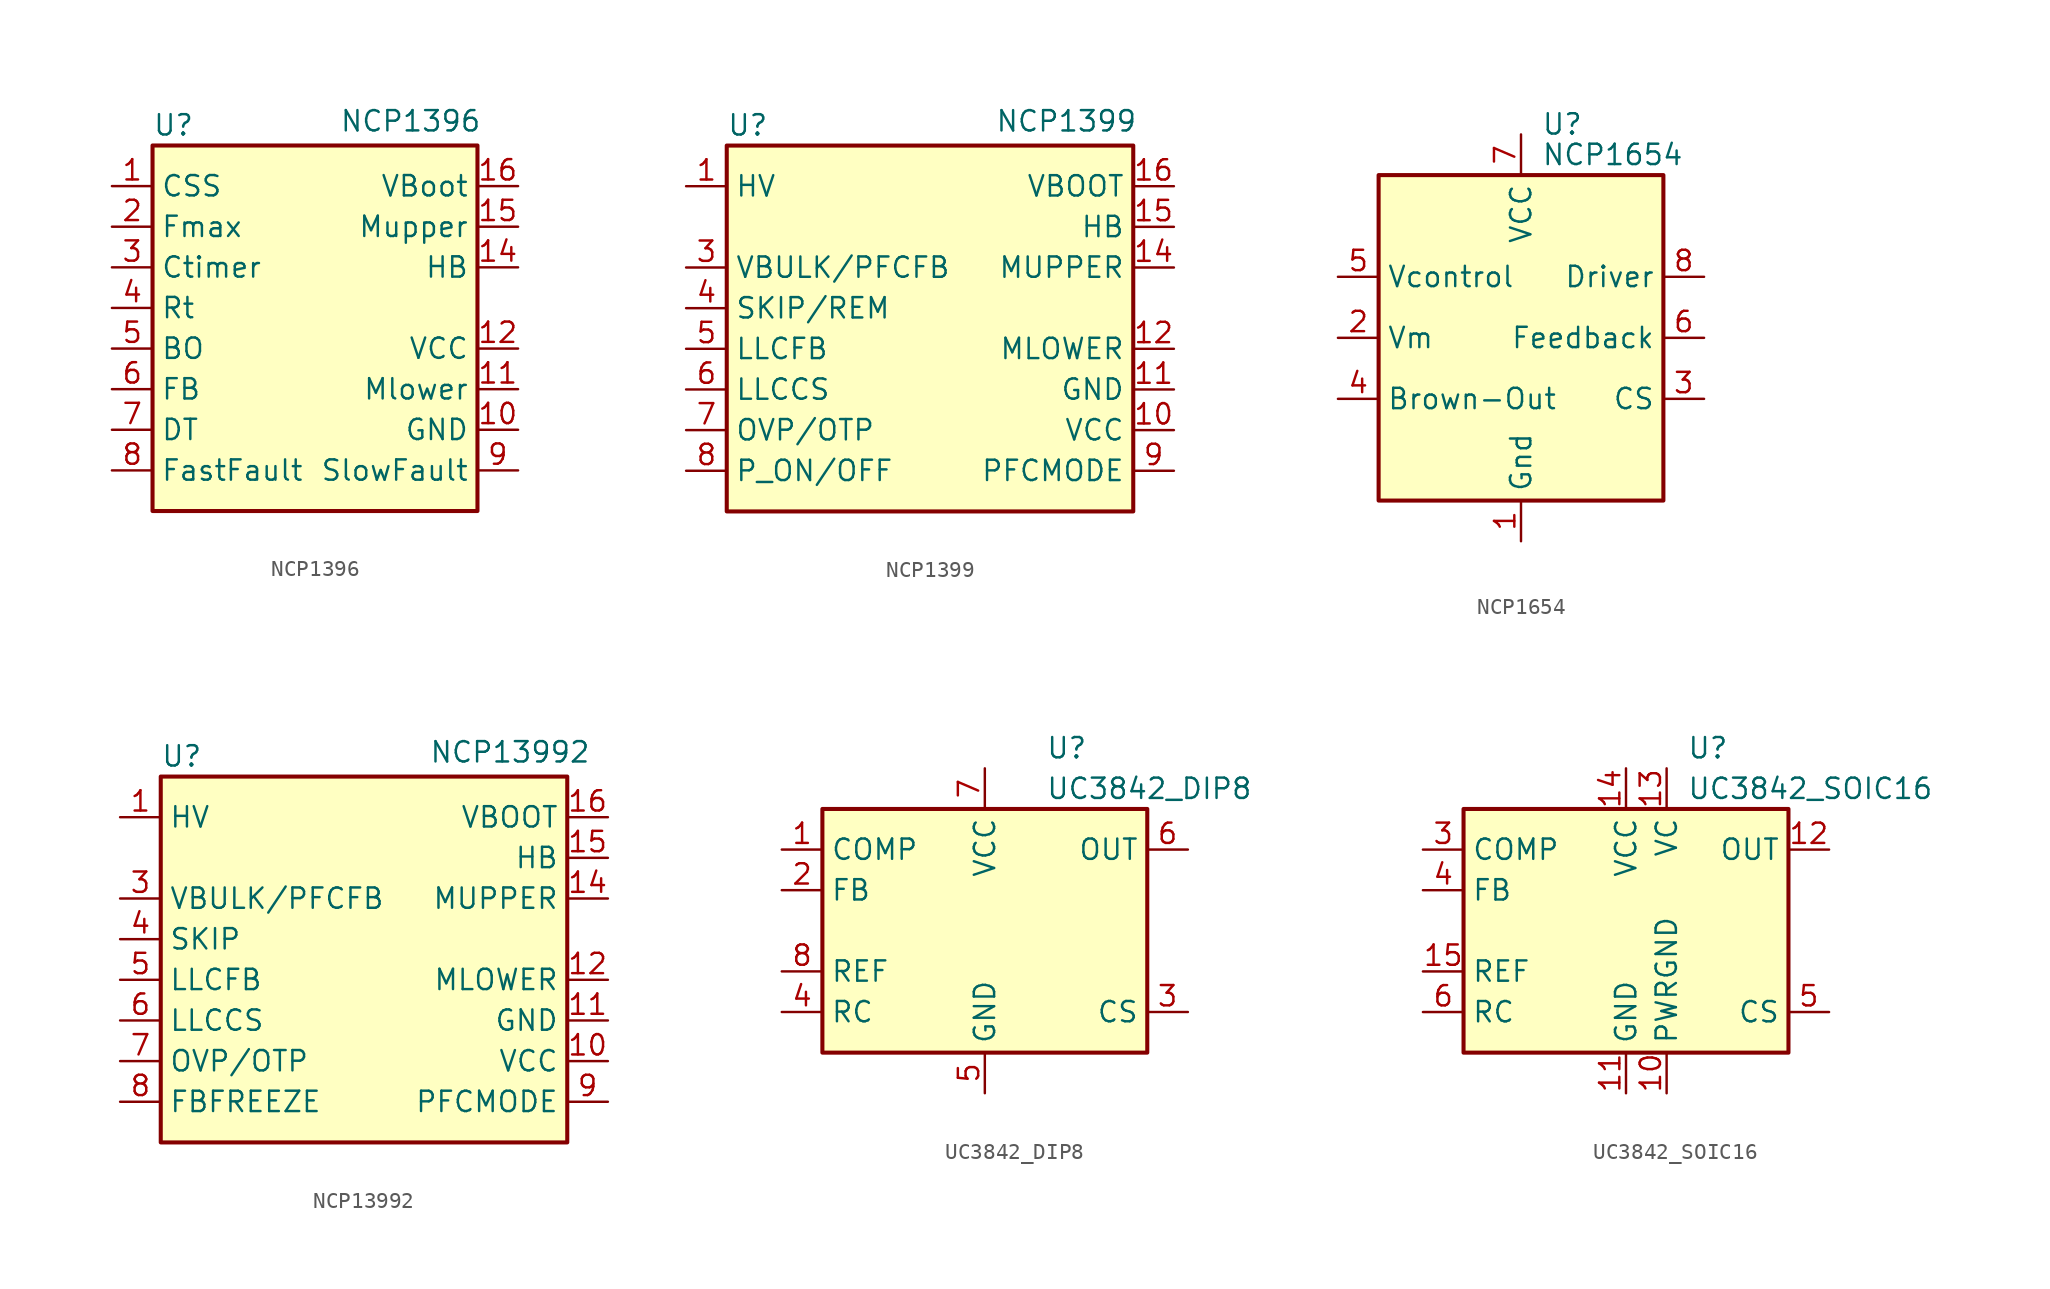
<source format=kicad_sym>
(kicad_symbol_lib
  (version 20231120)
  (generator "kicad_symbol_editor")
  (generator_version "8.0")
  (symbol "NCP1396"
    (property "Reference" "U"
      (at -10.16 12.7 0)
      (effects (font (size 1.27 1.27)) (justify left)))
    (property "Value" "NCP1396"
      (at 1.524 12.954 0)
      (effects (font (size 1.27 1.27)) (justify left)))
    (symbol "NCP1396_0_0"
      (rectangle (start -10.16 11.43) (end 10.16 -11.43) (stroke (width 0.254) (type default)) (fill (type background))))
    (symbol "NCP1396_1_1"
      (pin input line (at -12.7 8.89 0) (length 2.54) (name "CSS" (effects (font (size 1.27 1.27)))) (number "1" (effects (font (size 1.27 1.27)))))
      (pin power_in line (at 12.7 -6.35 180) (length 2.54) (name "GND" (effects (font (size 1.27 1.27)))) (number "10" (effects (font (size 1.27 1.27)))))
      (pin power_in line (at 12.7 -3.81 180) (length 2.54) (name "Mlower" (effects (font (size 1.27 1.27)))) (number "11" (effects (font (size 1.27 1.27)))))
      (pin input line (at 12.7 -1.27 180) (length 2.54) (name "VCC" (effects (font (size 1.27 1.27)))) (number "12" (effects (font (size 1.27 1.27)))))
      (pin output line (at 12.7 3.81 180) (length 2.54) (name "HB" (effects (font (size 1.27 1.27)))) (number "14" (effects (font (size 1.27 1.27)))))
      (pin power_in line (at 12.7 6.35 180) (length 2.54) (name "Mupper" (effects (font (size 1.27 1.27)))) (number "15" (effects (font (size 1.27 1.27)))))
      (pin power_in line (at 12.7 8.89 180) (length 2.54) (name "VBoot" (effects (font (size 1.27 1.27)))) (number "16" (effects (font (size 1.27 1.27)))))
      (pin input line (at -12.7 6.35 0) (length 2.54) (name "Fmax" (effects (font (size 1.27 1.27)))) (number "2" (effects (font (size 1.27 1.27)))))
      (pin input line (at -12.7 3.81 0) (length 2.54) (name "Ctimer" (effects (font (size 1.27 1.27)))) (number "3" (effects (font (size 1.27 1.27)))))
      (pin input line (at -12.7 1.27 0) (length 2.54) (name "Rt" (effects (font (size 1.27 1.27)))) (number "4" (effects (font (size 1.27 1.27)))))
      (pin input line (at -12.7 -1.27 0) (length 2.54) (name "BO" (effects (font (size 1.27 1.27)))) (number "5" (effects (font (size 1.27 1.27)))))
      (pin passive line (at -12.7 -3.81 0) (length 2.54) (name "FB" (effects (font (size 1.27 1.27)))) (number "6" (effects (font (size 1.27 1.27)))))
      (pin input line (at -12.7 -6.35 0) (length 2.54) (name "DT" (effects (font (size 1.27 1.27)))) (number "7" (effects (font (size 1.27 1.27)))))
      (pin input line (at -12.7 -8.89 0) (length 2.54) (name "FastFault" (effects (font (size 1.27 1.27)))) (number "8" (effects (font (size 1.27 1.27)))))
      (pin power_in line (at 12.7 -8.89 180) (length 2.54) (name "SlowFault" (effects (font (size 1.27 1.27)))) (number "9" (effects (font (size 1.27 1.27)))))))
  (symbol "NCP1399"
    (property "Reference" "U"
      (at -12.7 12.7 0)
      (effects (font (size 1.27 1.27)) (justify left)))
    (property "Value" "NCP1399"
      (at 4.064 12.954 0)
      (effects (font (size 1.27 1.27)) (justify left)))
    (symbol "NCP1399_0_0"
      (rectangle (start -12.7 11.43) (end 12.7 -11.43) (stroke (width 0.254) (type default)) (fill (type background))))
    (symbol "NCP1399_1_1"
      (pin input line (at -15.24 8.89 0) (length 2.54) (name "HV" (effects (font (size 1.27 1.27)))) (number "1" (effects (font (size 1.27 1.27)))))
      (pin power_in line (at 15.24 -6.35 180) (length 2.54) (name "VCC" (effects (font (size 1.27 1.27)))) (number "10" (effects (font (size 1.27 1.27)))))
      (pin power_in line (at 15.24 -3.81 180) (length 2.54) (name "GND" (effects (font (size 1.27 1.27)))) (number "11" (effects (font (size 1.27 1.27)))))
      (pin input line (at 15.24 -1.27 180) (length 2.54) (name "MLOWER" (effects (font (size 1.27 1.27)))) (number "12" (effects (font (size 1.27 1.27)))))
      (pin output line (at 15.24 3.81 180) (length 2.54) (name "MUPPER" (effects (font (size 1.27 1.27)))) (number "14" (effects (font (size 1.27 1.27)))))
      (pin power_in line (at 15.24 6.35 180) (length 2.54) (name "HB" (effects (font (size 1.27 1.27)))) (number "15" (effects (font (size 1.27 1.27)))))
      (pin power_in line (at 15.24 8.89 180) (length 2.54) (name "VBOOT" (effects (font (size 1.27 1.27)))) (number "16" (effects (font (size 1.27 1.27)))))
      (pin input line (at -15.24 3.81 0) (length 2.54) (name "VBULK/PFCFB" (effects (font (size 1.27 1.27)))) (number "3" (effects (font (size 1.27 1.27)))))
      (pin input line (at -15.24 1.27 0) (length 2.54) (name "SKIP/REM" (effects (font (size 1.27 1.27)))) (number "4" (effects (font (size 1.27 1.27)))))
      (pin input line (at -15.24 -1.27 0) (length 2.54) (name "LLCFB" (effects (font (size 1.27 1.27)))) (number "5" (effects (font (size 1.27 1.27)))))
      (pin passive line (at -15.24 -3.81 0) (length 2.54) (name "LLCCS" (effects (font (size 1.27 1.27)))) (number "6" (effects (font (size 1.27 1.27)))))
      (pin input line (at -15.24 -6.35 0) (length 2.54) (name "OVP/OTP" (effects (font (size 1.27 1.27)))) (number "7" (effects (font (size 1.27 1.27)))))
      (pin input line (at -15.24 -8.89 0) (length 2.54) (name "P_ON/OFF" (effects (font (size 1.27 1.27)))) (number "8" (effects (font (size 1.27 1.27)))))
      (pin power_in line (at 15.24 -8.89 180) (length 2.54) (name "PFCMODE" (effects (font (size 1.27 1.27)))) (number "9" (effects (font (size 1.27 1.27)))))))
  (symbol "NCP1654"
    (property "Reference" "U"
      (at 1.27 13.335 0)
      (effects (font (size 1.27 1.27)) (justify left)))
    (property "Value" "NCP1654"
      (at 1.27 11.43 0)
      (effects (font (size 1.27 1.27)) (justify left)))
    (symbol "NCP1654_0_1"
      (rectangle (start -8.89 10.16) (end 8.89 -10.16) (stroke (width 0.254) (type default)) (fill (type background))))
    (symbol "NCP1654_1_1"
      (pin power_in line (at 0 -12.7 90) (length 2.54) (name "Gnd" (effects (font (size 1.27 1.27)))) (number "1" (effects (font (size 1.27 1.27)))))
      (pin output line (at -11.43 0 0) (length 2.54) (name "Vm" (effects (font (size 1.27 1.27)))) (number "2" (effects (font (size 1.27 1.27)))))
      (pin passive line (at 11.43 -3.81 180) (length 2.54) (name "CS" (effects (font (size 1.27 1.27)))) (number "3" (effects (font (size 1.27 1.27)))))
      (pin input line (at -11.43 -3.81 0) (length 2.54) (name "Brown-Out" (effects (font (size 1.27 1.27)))) (number "4" (effects (font (size 1.27 1.27)))))
      (pin input line (at -11.43 3.81 0) (length 2.54) (name "Vcontrol" (effects (font (size 1.27 1.27)))) (number "5" (effects (font (size 1.27 1.27)))))
      (pin input line (at 11.43 0 180) (length 2.54) (name "Feedback" (effects (font (size 1.27 1.27)))) (number "6" (effects (font (size 1.27 1.27)))))
      (pin power_in line (at 0 12.7 270) (length 2.54) (name "VCC" (effects (font (size 1.27 1.27)))) (number "7" (effects (font (size 1.27 1.27)))))
      (pin output line (at 11.43 3.81 180) (length 2.54) (name "Driver" (effects (font (size 1.27 1.27)))) (number "8" (effects (font (size 1.27 1.27)))))))
  (symbol "NCP13992"
    (property "Reference" "U"
      (at -12.7 12.7 0)
      (effects (font (size 1.27 1.27)) (justify left)))
    (property "Value" "NCP13992"
      (at 4.064 12.954 0)
      (effects (font (size 1.27 1.27)) (justify left)))
    (symbol "NCP13992_0_0"
      (rectangle (start -12.7 11.43) (end 12.7 -11.43) (stroke (width 0.254) (type default)) (fill (type background))))
    (symbol "NCP13992_1_1"
      (pin input line (at -15.24 8.89 0) (length 2.54) (name "HV" (effects (font (size 1.27 1.27)))) (number "1" (effects (font (size 1.27 1.27)))))
      (pin power_in line (at 15.24 -6.35 180) (length 2.54) (name "VCC" (effects (font (size 1.27 1.27)))) (number "10" (effects (font (size 1.27 1.27)))))
      (pin power_in line (at 15.24 -3.81 180) (length 2.54) (name "GND" (effects (font (size 1.27 1.27)))) (number "11" (effects (font (size 1.27 1.27)))))
      (pin input line (at 15.24 -1.27 180) (length 2.54) (name "MLOWER" (effects (font (size 1.27 1.27)))) (number "12" (effects (font (size 1.27 1.27)))))
      (pin output line (at 15.24 3.81 180) (length 2.54) (name "MUPPER" (effects (font (size 1.27 1.27)))) (number "14" (effects (font (size 1.27 1.27)))))
      (pin power_in line (at 15.24 6.35 180) (length 2.54) (name "HB" (effects (font (size 1.27 1.27)))) (number "15" (effects (font (size 1.27 1.27)))))
      (pin power_in line (at 15.24 8.89 180) (length 2.54) (name "VBOOT" (effects (font (size 1.27 1.27)))) (number "16" (effects (font (size 1.27 1.27)))))
      (pin input line (at -15.24 3.81 0) (length 2.54) (name "VBULK/PFCFB" (effects (font (size 1.27 1.27)))) (number "3" (effects (font (size 1.27 1.27)))))
      (pin input line (at -15.24 1.27 0) (length 2.54) (name "SKIP" (effects (font (size 1.27 1.27)))) (number "4" (effects (font (size 1.27 1.27)))))
      (pin input line (at -15.24 -1.27 0) (length 2.54) (name "LLCFB" (effects (font (size 1.27 1.27)))) (number "5" (effects (font (size 1.27 1.27)))))
      (pin passive line (at -15.24 -3.81 0) (length 2.54) (name "LLCCS" (effects (font (size 1.27 1.27)))) (number "6" (effects (font (size 1.27 1.27)))))
      (pin input line (at -15.24 -6.35 0) (length 2.54) (name "OVP/OTP" (effects (font (size 1.27 1.27)))) (number "7" (effects (font (size 1.27 1.27)))))
      (pin input line (at -15.24 -8.89 0) (length 2.54) (name "FBFREEZE" (effects (font (size 1.27 1.27)))) (number "8" (effects (font (size 1.27 1.27)))))
      (pin power_in line (at 15.24 -8.89 180) (length 2.54) (name "PFCMODE" (effects (font (size 1.27 1.27)))) (number "9" (effects (font (size 1.27 1.27)))))))
  (symbol "UC3842_DIP8"
    (property "Reference" "U"
      (at 3.81 11.43 0)
      (effects (font (size 1.27 1.27)) (justify left)))
    (property "Value" "UC3842_DIP8"
      (at 3.81 8.89 0)
      (effects (font (size 1.27 1.27)) (justify left)))
    (symbol "UC3842_DIP8_0_1"
      (rectangle (start -10.16 -7.62) (end 10.16 7.62) (stroke (width 0.254) (type default)) (fill (type background))))
    (symbol "UC3842_DIP8_1_1"
      (pin passive line (at -12.7 5.08 0) (length 2.54) (name "COMP" (effects (font (size 1.27 1.27)))) (number "1" (effects (font (size 1.27 1.27)))))
      (pin input line (at -12.7 2.54 0) (length 2.54) (name "FB" (effects (font (size 1.27 1.27)))) (number "2" (effects (font (size 1.27 1.27)))))
      (pin input line (at 12.7 -5.08 180) (length 2.54) (name "CS" (effects (font (size 1.27 1.27)))) (number "3" (effects (font (size 1.27 1.27)))))
      (pin passive line (at -12.7 -5.08 0) (length 2.54) (name "RC" (effects (font (size 1.27 1.27)))) (number "4" (effects (font (size 1.27 1.27)))))
      (pin power_in line (at 0 -10.16 90) (length 2.54) (name "GND" (effects (font (size 1.27 1.27)))) (number "5" (effects (font (size 1.27 1.27)))))
      (pin output line (at 12.7 5.08 180) (length 2.54) (name "OUT" (effects (font (size 1.27 1.27)))) (number "6" (effects (font (size 1.27 1.27)))))
      (pin power_in line (at 0 10.16 270) (length 2.54) (name "VCC" (effects (font (size 1.27 1.27)))) (number "7" (effects (font (size 1.27 1.27)))))
      (pin power_in line (at -12.7 -2.54 0) (length 2.54) (name "REF" (effects (font (size 1.27 1.27)))) (number "8" (effects (font (size 1.27 1.27)))))))
  (symbol "UC3842_SOIC16"
    (property "Reference" "U"
      (at 3.81 11.43 0)
      (effects (font (size 1.27 1.27)) (justify left)))
    (property "Value" "UC3842_SOIC16"
      (at 3.81 8.89 0)
      (effects (font (size 1.27 1.27)) (justify left)))
    (symbol "UC3842_SOIC16_0_1"
      (rectangle (start -10.16 -7.62) (end 10.16 7.62) (stroke (width 0.254) (type default)) (fill (type background))))
    (symbol "UC3842_SOIC16_1_1"
      (pin no_connect line (at -10.16 -7.62 90) (length 2.54) hide (name "NC" (effects (font (size 1.27 1.27)))) (number "1" (effects (font (size 1.27 1.27)))))
      (pin power_in line (at 2.54 -10.16 90) (length 2.54) (name "PWRGND" (effects (font (size 1.27 1.27)))) (number "10" (effects (font (size 1.27 1.27)))))
      (pin power_in line (at 0 -10.16 90) (length 2.54) (name "GND" (effects (font (size 1.27 1.27)))) (number "11" (effects (font (size 1.27 1.27)))))
      (pin output line (at 12.7 5.08 180) (length 2.54) (name "OUT" (effects (font (size 1.27 1.27)))) (number "12" (effects (font (size 1.27 1.27)))))
      (pin power_in line (at 2.54 10.16 270) (length 2.54) (name "VC" (effects (font (size 1.27 1.27)))) (number "13" (effects (font (size 1.27 1.27)))))
      (pin power_in line (at 0 10.16 270) (length 2.54) (name "VCC" (effects (font (size 1.27 1.27)))) (number "14" (effects (font (size 1.27 1.27)))))
      (pin power_in line (at -12.7 -2.54 0) (length 2.54) (name "REF" (effects (font (size 1.27 1.27)))) (number "15" (effects (font (size 1.27 1.27)))))
      (pin no_connect line (at 7.62 -7.62 90) (length 2.54) hide (name "NC" (effects (font (size 1.27 1.27)))) (number "16" (effects (font (size 1.27 1.27)))))
      (pin no_connect line (at -7.62 -7.62 90) (length 2.54) hide (name "NC" (effects (font (size 1.27 1.27)))) (number "2" (effects (font (size 1.27 1.27)))))
      (pin passive line (at -12.7 5.08 0) (length 2.54) (name "COMP" (effects (font (size 1.27 1.27)))) (number "3" (effects (font (size 1.27 1.27)))))
      (pin input line (at -12.7 2.54 0) (length 2.54) (name "FB" (effects (font (size 1.27 1.27)))) (number "4" (effects (font (size 1.27 1.27)))))
      (pin input line (at 12.7 -5.08 180) (length 2.54) (name "CS" (effects (font (size 1.27 1.27)))) (number "5" (effects (font (size 1.27 1.27)))))
      (pin passive line (at -12.7 -5.08 0) (length 2.54) (name "RC" (effects (font (size 1.27 1.27)))) (number "6" (effects (font (size 1.27 1.27)))))
      (pin no_connect line (at -5.08 -7.62 90) (length 2.54) hide (name "NC" (effects (font (size 1.27 1.27)))) (number "7" (effects (font (size 1.27 1.27)))))
      (pin no_connect line (at -2.54 -7.62 90) (length 2.54) hide (name "NC" (effects (font (size 1.27 1.27)))) (number "8" (effects (font (size 1.27 1.27)))))
      (pin no_connect line (at 5.08 -7.62 90) (length 2.54) hide (name "NC" (effects (font (size 1.27 1.27)))) (number "9" (effects (font (size 1.27 1.27))))))))
</source>
